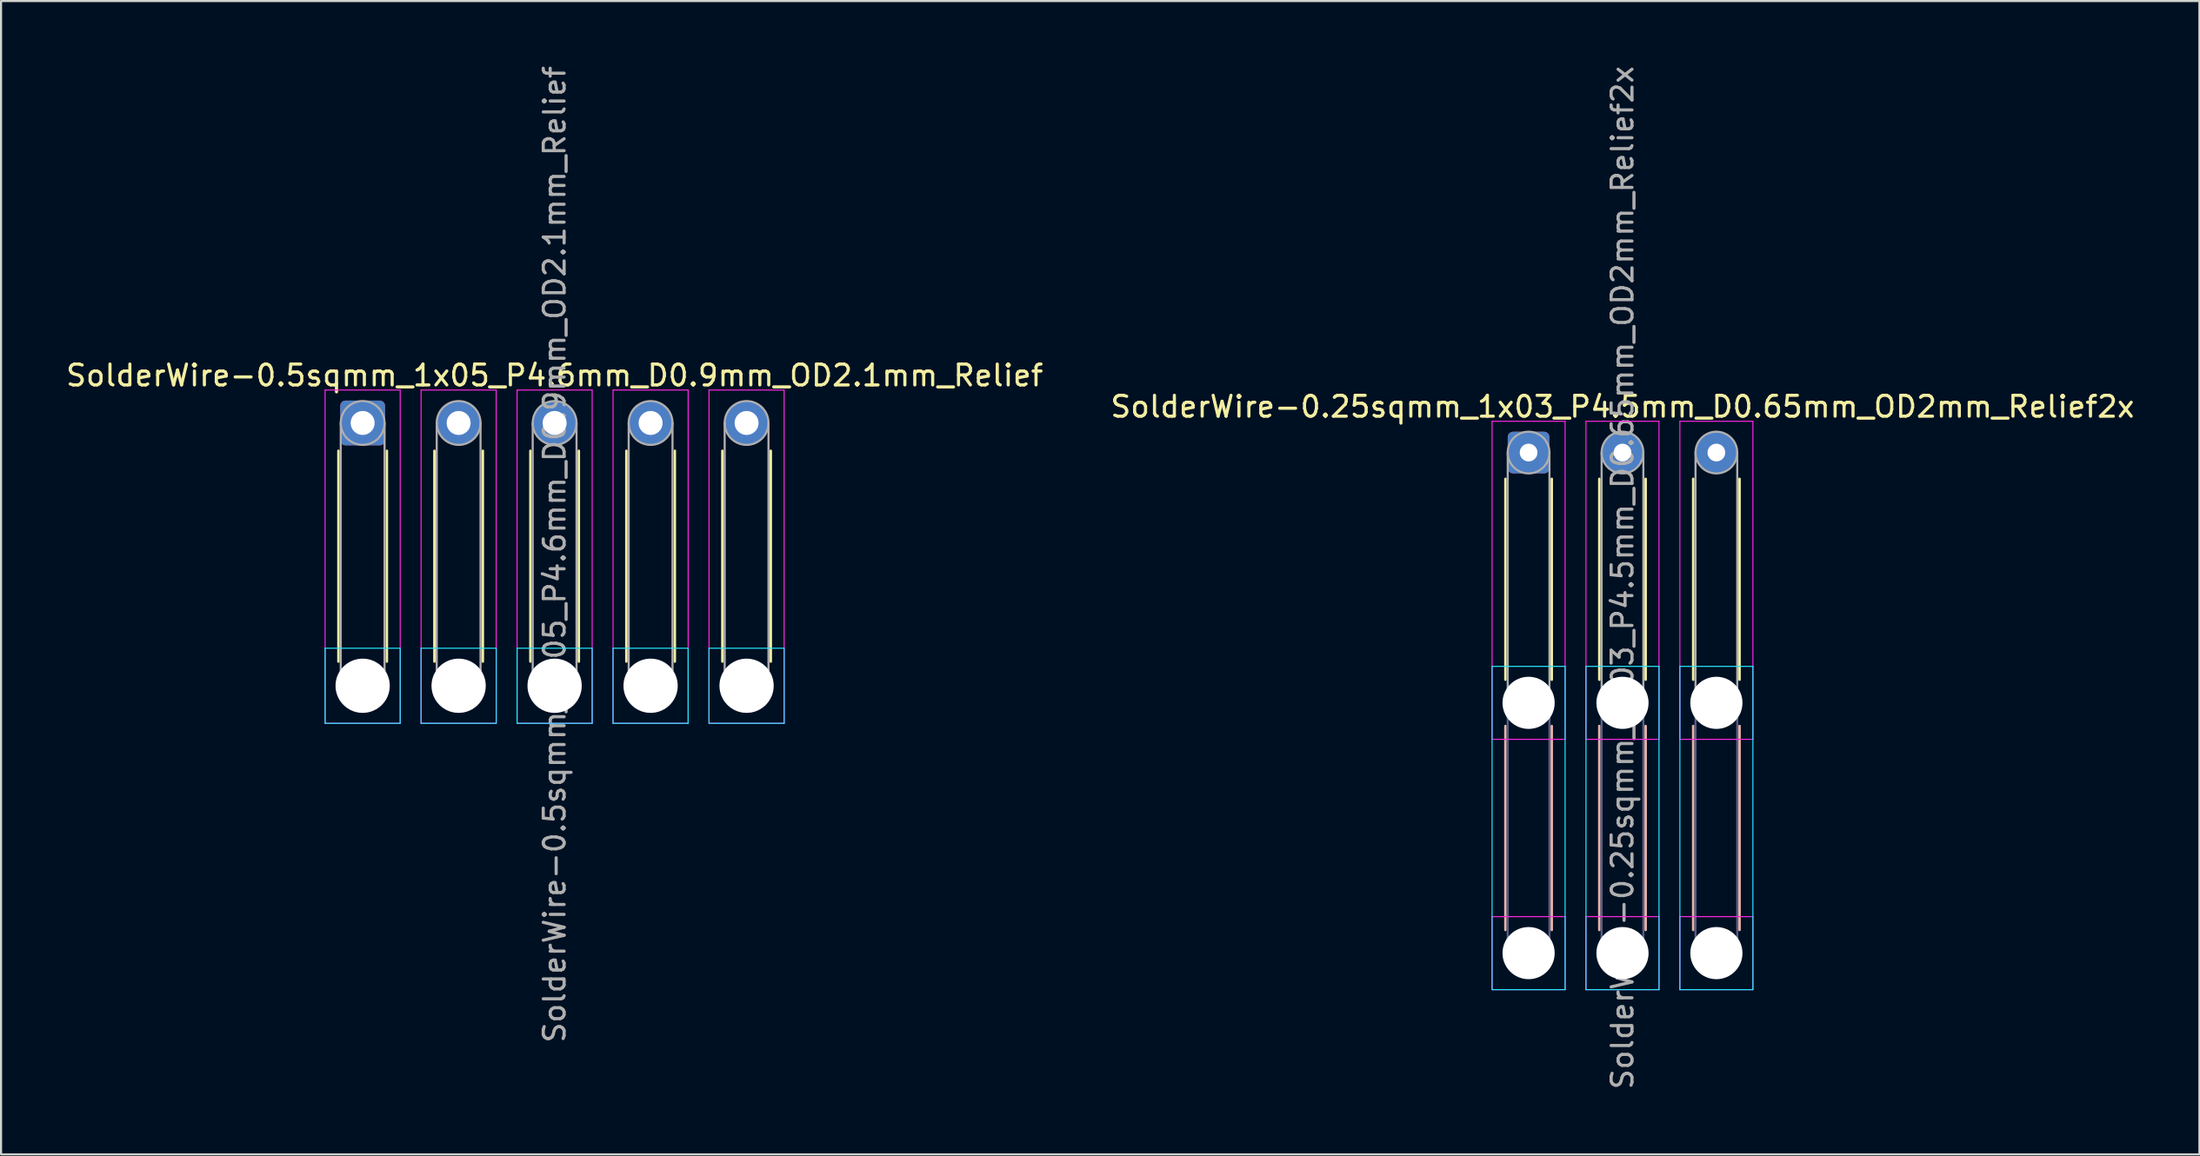
<source format=kicad_pcb>
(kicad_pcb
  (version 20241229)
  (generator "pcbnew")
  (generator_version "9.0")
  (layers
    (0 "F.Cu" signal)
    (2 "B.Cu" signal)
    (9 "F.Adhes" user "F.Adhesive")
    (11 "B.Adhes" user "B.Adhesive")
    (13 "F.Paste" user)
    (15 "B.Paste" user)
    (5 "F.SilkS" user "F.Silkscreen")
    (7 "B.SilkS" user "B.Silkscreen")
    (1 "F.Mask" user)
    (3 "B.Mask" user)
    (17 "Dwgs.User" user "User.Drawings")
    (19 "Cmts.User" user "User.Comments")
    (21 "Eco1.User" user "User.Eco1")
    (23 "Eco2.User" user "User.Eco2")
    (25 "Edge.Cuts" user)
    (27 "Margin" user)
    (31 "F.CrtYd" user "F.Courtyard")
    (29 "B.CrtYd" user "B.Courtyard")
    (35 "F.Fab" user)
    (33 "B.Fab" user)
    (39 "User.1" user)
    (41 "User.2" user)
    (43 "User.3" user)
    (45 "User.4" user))
  (footprint "SolderWire-0.25sqmm_1x03_P4.5mm_D0.65mm_OD2mm_Relief2x"
    (layer "F.Cu")
    (at 70.208 18.649)
    (property "Reference" "SolderWire-0.25sqmm_1x03_P4.5mm_D0.65mm_OD2mm_Relief2x" (at 4.5 -2.2 0) (layer "F.SilkS") (effects (font (size 1 1) (thickness 0.15))))
    (attr exclude_from_pos_files exclude_from_bom)
    (fp_line (start -1.11 1.26) (end -1.11 10.89) (stroke (width 0.12) (type solid)) (layer "F.SilkS"))
    (fp_line (start 1.11 1.26) (end 1.11 10.89) (stroke (width 0.12) (type solid)) (layer "F.SilkS"))
    (fp_line (start 3.39 1.26) (end 3.39 10.89) (stroke (width 0.12) (type solid)) (layer "F.SilkS"))
    (fp_line (start 5.61 1.26) (end 5.61 10.89) (stroke (width 0.12) (type solid)) (layer "F.SilkS"))
    (fp_line (start 7.89 1.26) (end 7.89 10.89) (stroke (width 0.12) (type solid)) (layer "F.SilkS"))
    (fp_line (start 10.11 1.26) (end 10.11 10.89) (stroke (width 0.12) (type solid)) (layer "F.SilkS"))
    (fp_line (start -1.11 13.11) (end -1.11 22.89) (stroke (width 0.12) (type solid)) (layer "B.SilkS"))
    (fp_line (start 1.11 13.11) (end 1.11 22.89) (stroke (width 0.12) (type solid)) (layer "B.SilkS"))
    (fp_line (start 3.39 13.11) (end 3.39 22.89) (stroke (width 0.12) (type solid)) (layer "B.SilkS"))
    (fp_line (start 5.61 13.11) (end 5.61 22.89) (stroke (width 0.12) (type solid)) (layer "B.SilkS"))
    (fp_line (start 7.89 13.11) (end 7.89 22.89) (stroke (width 0.12) (type solid)) (layer "B.SilkS"))
    (fp_line (start 10.11 13.11) (end 10.11 22.89) (stroke (width 0.12) (type solid)) (layer "B.SilkS"))
    (fp_line (start -1.75 10.25) (end -1.75 25.75) (stroke (width 0.05) (type solid)) (layer "B.CrtYd"))
    (fp_line (start -1.75 25.75) (end 1.75 25.75) (stroke (width 0.05) (type solid)) (layer "B.CrtYd"))
    (fp_line (start 1.75 10.25) (end -1.75 10.25) (stroke (width 0.05) (type solid)) (layer "B.CrtYd"))
    (fp_line (start 1.75 25.75) (end 1.75 10.25) (stroke (width 0.05) (type solid)) (layer "B.CrtYd"))
    (fp_line (start 2.75 10.25) (end 2.75 25.75) (stroke (width 0.05) (type solid)) (layer "B.CrtYd"))
    (fp_line (start 2.75 25.75) (end 6.25 25.75) (stroke (width 0.05) (type solid)) (layer "B.CrtYd"))
    (fp_line (start 6.25 10.25) (end 2.75 10.25) (stroke (width 0.05) (type solid)) (layer "B.CrtYd"))
    (fp_line (start 6.25 25.75) (end 6.25 10.25) (stroke (width 0.05) (type solid)) (layer "B.CrtYd"))
    (fp_line (start 7.25 10.25) (end 7.25 25.75) (stroke (width 0.05) (type solid)) (layer "B.CrtYd"))
    (fp_line (start 7.25 25.75) (end 10.75 25.75) (stroke (width 0.05) (type solid)) (layer "B.CrtYd"))
    (fp_line (start 10.75 10.25) (end 7.25 10.25) (stroke (width 0.05) (type solid)) (layer "B.CrtYd"))
    (fp_line (start 10.75 25.75) (end 10.75 10.25) (stroke (width 0.05) (type solid)) (layer "B.CrtYd"))
    (fp_line (start -1.75 -1.5) (end -1.75 13.75) (stroke (width 0.05) (type solid)) (layer "F.CrtYd"))
    (fp_line (start -1.75 13.75) (end 1.75 13.75) (stroke (width 0.05) (type solid)) (layer "F.CrtYd"))
    (fp_line (start -1.75 22.25) (end -1.75 25.75) (stroke (width 0.05) (type solid)) (layer "F.CrtYd"))
    (fp_line (start -1.75 25.75) (end 1.75 25.75) (stroke (width 0.05) (type solid)) (layer "F.CrtYd"))
    (fp_line (start 1.75 -1.5) (end -1.75 -1.5) (stroke (width 0.05) (type solid)) (layer "F.CrtYd"))
    (fp_line (start 1.75 13.75) (end 1.75 -1.5) (stroke (width 0.05) (type solid)) (layer "F.CrtYd"))
    (fp_line (start 1.75 22.25) (end -1.75 22.25) (stroke (width 0.05) (type solid)) (layer "F.CrtYd"))
    (fp_line (start 1.75 25.75) (end 1.75 22.25) (stroke (width 0.05) (type solid)) (layer "F.CrtYd"))
    (fp_line (start 2.75 -1.5) (end 2.75 13.75) (stroke (width 0.05) (type solid)) (layer "F.CrtYd"))
    (fp_line (start 2.75 13.75) (end 6.25 13.75) (stroke (width 0.05) (type solid)) (layer "F.CrtYd"))
    (fp_line (start 2.75 22.25) (end 2.75 25.75) (stroke (width 0.05) (type solid)) (layer "F.CrtYd"))
    (fp_line (start 2.75 25.75) (end 6.25 25.75) (stroke (width 0.05) (type solid)) (layer "F.CrtYd"))
    (fp_line (start 6.25 -1.5) (end 2.75 -1.5) (stroke (width 0.05) (type solid)) (layer "F.CrtYd"))
    (fp_line (start 6.25 13.75) (end 6.25 -1.5) (stroke (width 0.05) (type solid)) (layer "F.CrtYd"))
    (fp_line (start 6.25 22.25) (end 2.75 22.25) (stroke (width 0.05) (type solid)) (layer "F.CrtYd"))
    (fp_line (start 6.25 25.75) (end 6.25 22.25) (stroke (width 0.05) (type solid)) (layer "F.CrtYd"))
    (fp_line (start 7.25 -1.5) (end 7.25 13.75) (stroke (width 0.05) (type solid)) (layer "F.CrtYd"))
    (fp_line (start 7.25 13.75) (end 10.75 13.75) (stroke (width 0.05) (type solid)) (layer "F.CrtYd"))
    (fp_line (start 7.25 22.25) (end 7.25 25.75) (stroke (width 0.05) (type solid)) (layer "F.CrtYd"))
    (fp_line (start 7.25 25.75) (end 10.75 25.75) (stroke (width 0.05) (type solid)) (layer "F.CrtYd"))
    (fp_line (start 10.75 -1.5) (end 7.25 -1.5) (stroke (width 0.05) (type solid)) (layer "F.CrtYd"))
    (fp_line (start 10.75 13.75) (end 10.75 -1.5) (stroke (width 0.05) (type solid)) (layer "F.CrtYd"))
    (fp_line (start 10.75 22.25) (end 7.25 22.25) (stroke (width 0.05) (type solid)) (layer "F.CrtYd"))
    (fp_line (start 10.75 25.75) (end 10.75 22.25) (stroke (width 0.05) (type solid)) (layer "F.CrtYd"))
    (fp_line (start -1 12) (end -1 24) (stroke (width 0.1) (type solid)) (layer "B.Fab"))
    (fp_line (start 1 12) (end 1 24) (stroke (width 0.1) (type solid)) (layer "B.Fab"))
    (fp_line (start 3.5 12) (end 3.5 24) (stroke (width 0.1) (type solid)) (layer "B.Fab"))
    (fp_line (start 5.5 12) (end 5.5 24) (stroke (width 0.1) (type solid)) (layer "B.Fab"))
    (fp_line (start 8 12) (end 8 24) (stroke (width 0.1) (type solid)) (layer "B.Fab"))
    (fp_line (start 10 12) (end 10 24) (stroke (width 0.1) (type solid)) (layer "B.Fab"))
    (fp_circle (center 0 12) (end 1 12) (stroke (width 0.1) (type solid)) (fill no) (layer "B.Fab"))
    (fp_circle (center 0 24) (end 1 24) (stroke (width 0.1) (type solid)) (fill no) (layer "B.Fab"))
    (fp_circle (center 4.5 12) (end 5.5 12) (stroke (width 0.1) (type solid)) (fill no) (layer "B.Fab"))
    (fp_circle (center 4.5 24) (end 5.5 24) (stroke (width 0.1) (type solid)) (fill no) (layer "B.Fab"))
    (fp_circle (center 9 12) (end 10 12) (stroke (width 0.1) (type solid)) (fill no) (layer "B.Fab"))
    (fp_circle (center 9 24) (end 10 24) (stroke (width 0.1) (type solid)) (fill no) (layer "B.Fab"))
    (fp_line (start -1 0) (end -1 12) (stroke (width 0.1) (type solid)) (layer "F.Fab"))
    (fp_line (start 1 0) (end 1 12) (stroke (width 0.1) (type solid)) (layer "F.Fab"))
    (fp_line (start 3.5 0) (end 3.5 12) (stroke (width 0.1) (type solid)) (layer "F.Fab"))
    (fp_line (start 5.5 0) (end 5.5 12) (stroke (width 0.1) (type solid)) (layer "F.Fab"))
    (fp_line (start 8 0) (end 8 12) (stroke (width 0.1) (type solid)) (layer "F.Fab"))
    (fp_line (start 10 0) (end 10 12) (stroke (width 0.1) (type solid)) (layer "F.Fab"))
    (fp_circle (center 0 0) (end 1 0) (stroke (width 0.1) (type solid)) (fill no) (layer "F.Fab"))
    (fp_circle (center 0 12) (end 1 12) (stroke (width 0.1) (type solid)) (fill no) (layer "F.Fab"))
    (fp_circle (center 0 24) (end 1 24) (stroke (width 0.1) (type solid)) (fill no) (layer "F.Fab"))
    (fp_circle (center 4.5 0) (end 5.5 0) (stroke (width 0.1) (type solid)) (fill no) (layer "F.Fab"))
    (fp_circle (center 4.5 12) (end 5.5 12) (stroke (width 0.1) (type solid)) (fill no) (layer "F.Fab"))
    (fp_circle (center 4.5 24) (end 5.5 24) (stroke (width 0.1) (type solid)) (fill no) (layer "F.Fab"))
    (fp_circle (center 9 0) (end 10 0) (stroke (width 0.1) (type solid)) (fill no) (layer "F.Fab"))
    (fp_circle (center 9 12) (end 10 12) (stroke (width 0.1) (type solid)) (fill no) (layer "F.Fab"))
    (fp_circle (center 9 24) (end 10 24) (stroke (width 0.1) (type solid)) (fill no) (layer "F.Fab"))
    (fp_text user "${REFERENCE}" (at 4.5 6 90) (layer "F.Fab") (effects (font (size 1 1) (thickness 0.15))))
    (pad "" np_thru_hole circle (at 0 12) (size 2.5 2.5) (drill 2.5) (layers "*.Cu" "*.Mask"))
    (pad "" np_thru_hole circle (at 0 24) (size 2.5 2.5) (drill 2.5) (layers "*.Cu" "*.Mask"))
    (pad "" np_thru_hole circle (at 4.5 12) (size 2.5 2.5) (drill 2.5) (layers "*.Cu" "*.Mask"))
    (pad "" np_thru_hole circle (at 4.5 24) (size 2.5 2.5) (drill 2.5) (layers "*.Cu" "*.Mask"))
    (pad "" np_thru_hole circle (at 9 12) (size 2.5 2.5) (drill 2.5) (layers "*.Cu" "*.Mask"))
    (pad "" np_thru_hole circle (at 9 24) (size 2.5 2.5) (drill 2.5) (layers "*.Cu" "*.Mask"))
    (pad "1" thru_hole roundrect (at 0 0) (size 2 2) (drill 0.85) (layers "*.Cu" "*.Mask") (roundrect_rratio 0.125))
    (pad "2" thru_hole circle (at 4.5 0) (size 2 2) (drill 0.85) (layers "*.Cu" "*.Mask"))
    (pad "3" thru_hole circle (at 9 0) (size 2 2) (drill 0.85) (layers "*.Cu" "*.Mask")))
  (footprint "SolderWire-0.5sqmm_1x05_P4.6mm_D0.9mm_OD2.1mm_Relief"
    (layer "F.Cu")
    (at 14.33 17.23)
    (property "Reference" "SolderWire-0.5sqmm_1x05_P4.6mm_D0.9mm_OD2.1mm_Relief" (at 9.2 -2.28 0) (layer "F.SilkS") (effects (font (size 1 1) (thickness 0.15))))
    (attr exclude_from_pos_files exclude_from_bom)
    (fp_line (start -1.16 1.335) (end -1.16 11.44) (stroke (width 0.12) (type solid)) (layer "F.SilkS"))
    (fp_line (start 1.16 1.335) (end 1.16 11.44) (stroke (width 0.12) (type solid)) (layer "F.SilkS"))
    (fp_line (start 3.44 1.335) (end 3.44 11.44) (stroke (width 0.12) (type solid)) (layer "F.SilkS"))
    (fp_line (start 5.76 1.335) (end 5.76 11.44) (stroke (width 0.12) (type solid)) (layer "F.SilkS"))
    (fp_line (start 8.04 1.335) (end 8.04 11.44) (stroke (width 0.12) (type solid)) (layer "F.SilkS"))
    (fp_line (start 10.36 1.335) (end 10.36 11.44) (stroke (width 0.12) (type solid)) (layer "F.SilkS"))
    (fp_line (start 12.64 1.335) (end 12.64 11.44) (stroke (width 0.12) (type solid)) (layer "F.SilkS"))
    (fp_line (start 14.96 1.335) (end 14.96 11.44) (stroke (width 0.12) (type solid)) (layer "F.SilkS"))
    (fp_line (start 17.24 1.335) (end 17.24 11.44) (stroke (width 0.12) (type solid)) (layer "F.SilkS"))
    (fp_line (start 19.56 1.335) (end 19.56 11.44) (stroke (width 0.12) (type solid)) (layer "F.SilkS"))
    (fp_line (start -1.8 10.8) (end -1.8 14.4) (stroke (width 0.05) (type solid)) (layer "B.CrtYd"))
    (fp_line (start -1.8 14.4) (end 1.8 14.4) (stroke (width 0.05) (type solid)) (layer "B.CrtYd"))
    (fp_line (start 1.8 10.8) (end -1.8 10.8) (stroke (width 0.05) (type solid)) (layer "B.CrtYd"))
    (fp_line (start 1.8 14.4) (end 1.8 10.8) (stroke (width 0.05) (type solid)) (layer "B.CrtYd"))
    (fp_line (start 2.8 10.8) (end 2.8 14.4) (stroke (width 0.05) (type solid)) (layer "B.CrtYd"))
    (fp_line (start 2.8 14.4) (end 6.4 14.4) (stroke (width 0.05) (type solid)) (layer "B.CrtYd"))
    (fp_line (start 6.4 10.8) (end 2.8 10.8) (stroke (width 0.05) (type solid)) (layer "B.CrtYd"))
    (fp_line (start 6.4 14.4) (end 6.4 10.8) (stroke (width 0.05) (type solid)) (layer "B.CrtYd"))
    (fp_line (start 7.4 10.8) (end 7.4 14.4) (stroke (width 0.05) (type solid)) (layer "B.CrtYd"))
    (fp_line (start 7.4 14.4) (end 11 14.4) (stroke (width 0.05) (type solid)) (layer "B.CrtYd"))
    (fp_line (start 11 10.8) (end 7.4 10.8) (stroke (width 0.05) (type solid)) (layer "B.CrtYd"))
    (fp_line (start 11 14.4) (end 11 10.8) (stroke (width 0.05) (type solid)) (layer "B.CrtYd"))
    (fp_line (start 12 10.8) (end 12 14.4) (stroke (width 0.05) (type solid)) (layer "B.CrtYd"))
    (fp_line (start 12 14.4) (end 15.6 14.4) (stroke (width 0.05) (type solid)) (layer "B.CrtYd"))
    (fp_line (start 15.6 10.8) (end 12 10.8) (stroke (width 0.05) (type solid)) (layer "B.CrtYd"))
    (fp_line (start 15.6 14.4) (end 15.6 10.8) (stroke (width 0.05) (type solid)) (layer "B.CrtYd"))
    (fp_line (start 16.6 10.8) (end 16.6 14.4) (stroke (width 0.05) (type solid)) (layer "B.CrtYd"))
    (fp_line (start 16.6 14.4) (end 20.2 14.4) (stroke (width 0.05) (type solid)) (layer "B.CrtYd"))
    (fp_line (start 20.2 10.8) (end 16.6 10.8) (stroke (width 0.05) (type solid)) (layer "B.CrtYd"))
    (fp_line (start 20.2 14.4) (end 20.2 10.8) (stroke (width 0.05) (type solid)) (layer "B.CrtYd"))
    (fp_line (start -1.8 -1.58) (end -1.8 14.4) (stroke (width 0.05) (type solid)) (layer "F.CrtYd"))
    (fp_line (start -1.8 14.4) (end 1.8 14.4) (stroke (width 0.05) (type solid)) (layer "F.CrtYd"))
    (fp_line (start 1.8 -1.58) (end -1.8 -1.58) (stroke (width 0.05) (type solid)) (layer "F.CrtYd"))
    (fp_line (start 1.8 14.4) (end 1.8 -1.58) (stroke (width 0.05) (type solid)) (layer "F.CrtYd"))
    (fp_line (start 2.8 -1.58) (end 2.8 14.4) (stroke (width 0.05) (type solid)) (layer "F.CrtYd"))
    (fp_line (start 2.8 14.4) (end 6.4 14.4) (stroke (width 0.05) (type solid)) (layer "F.CrtYd"))
    (fp_line (start 6.4 -1.58) (end 2.8 -1.58) (stroke (width 0.05) (type solid)) (layer "F.CrtYd"))
    (fp_line (start 6.4 14.4) (end 6.4 -1.58) (stroke (width 0.05) (type solid)) (layer "F.CrtYd"))
    (fp_line (start 7.4 -1.58) (end 7.4 14.4) (stroke (width 0.05) (type solid)) (layer "F.CrtYd"))
    (fp_line (start 7.4 14.4) (end 11 14.4) (stroke (width 0.05) (type solid)) (layer "F.CrtYd"))
    (fp_line (start 11 -1.58) (end 7.4 -1.58) (stroke (width 0.05) (type solid)) (layer "F.CrtYd"))
    (fp_line (start 11 14.4) (end 11 -1.58) (stroke (width 0.05) (type solid)) (layer "F.CrtYd"))
    (fp_line (start 12 -1.58) (end 12 14.4) (stroke (width 0.05) (type solid)) (layer "F.CrtYd"))
    (fp_line (start 12 14.4) (end 15.6 14.4) (stroke (width 0.05) (type solid)) (layer "F.CrtYd"))
    (fp_line (start 15.6 -1.58) (end 12 -1.58) (stroke (width 0.05) (type solid)) (layer "F.CrtYd"))
    (fp_line (start 15.6 14.4) (end 15.6 -1.58) (stroke (width 0.05) (type solid)) (layer "F.CrtYd"))
    (fp_line (start 16.6 -1.58) (end 16.6 14.4) (stroke (width 0.05) (type solid)) (layer "F.CrtYd"))
    (fp_line (start 16.6 14.4) (end 20.2 14.4) (stroke (width 0.05) (type solid)) (layer "F.CrtYd"))
    (fp_line (start 20.2 -1.58) (end 16.6 -1.58) (stroke (width 0.05) (type solid)) (layer "F.CrtYd"))
    (fp_line (start 20.2 14.4) (end 20.2 -1.58) (stroke (width 0.05) (type solid)) (layer "F.CrtYd"))
    (fp_line (start -1.05 0) (end -1.05 12.6) (stroke (width 0.1) (type solid)) (layer "F.Fab"))
    (fp_line (start 1.05 0) (end 1.05 12.6) (stroke (width 0.1) (type solid)) (layer "F.Fab"))
    (fp_line (start 3.55 0) (end 3.55 12.6) (stroke (width 0.1) (type solid)) (layer "F.Fab"))
    (fp_line (start 5.65 0) (end 5.65 12.6) (stroke (width 0.1) (type solid)) (layer "F.Fab"))
    (fp_line (start 8.15 0) (end 8.15 12.6) (stroke (width 0.1) (type solid)) (layer "F.Fab"))
    (fp_line (start 10.25 0) (end 10.25 12.6) (stroke (width 0.1) (type solid)) (layer "F.Fab"))
    (fp_line (start 12.75 0) (end 12.75 12.6) (stroke (width 0.1) (type solid)) (layer "F.Fab"))
    (fp_line (start 14.85 0) (end 14.85 12.6) (stroke (width 0.1) (type solid)) (layer "F.Fab"))
    (fp_line (start 17.35 0) (end 17.35 12.6) (stroke (width 0.1) (type solid)) (layer "F.Fab"))
    (fp_line (start 19.45 0) (end 19.45 12.6) (stroke (width 0.1) (type solid)) (layer "F.Fab"))
    (fp_circle (center 0 0) (end 1.05 0) (stroke (width 0.1) (type solid)) (fill no) (layer "F.Fab"))
    (fp_circle (center 0 12.6) (end 1.05 12.6) (stroke (width 0.1) (type solid)) (fill no) (layer "F.Fab"))
    (fp_circle (center 4.6 0) (end 5.65 0) (stroke (width 0.1) (type solid)) (fill no) (layer "F.Fab"))
    (fp_circle (center 4.6 12.6) (end 5.65 12.6) (stroke (width 0.1) (type solid)) (fill no) (layer "F.Fab"))
    (fp_circle (center 9.2 0) (end 10.25 0) (stroke (width 0.1) (type solid)) (fill no) (layer "F.Fab"))
    (fp_circle (center 9.2 12.6) (end 10.25 12.6) (stroke (width 0.1) (type solid)) (fill no) (layer "F.Fab"))
    (fp_circle (center 13.8 0) (end 14.85 0) (stroke (width 0.1) (type solid)) (fill no) (layer "F.Fab"))
    (fp_circle (center 13.8 12.6) (end 14.85 12.6) (stroke (width 0.1) (type solid)) (fill no) (layer "F.Fab"))
    (fp_circle (center 18.4 0) (end 19.45 0) (stroke (width 0.1) (type solid)) (fill no) (layer "F.Fab"))
    (fp_circle (center 18.4 12.6) (end 19.45 12.6) (stroke (width 0.1) (type solid)) (fill no) (layer "F.Fab"))
    (fp_text user "${REFERENCE}" (at 9.2 6.3 90) (layer "F.Fab") (effects (font (size 1 1) (thickness 0.15))))
    (pad "" np_thru_hole circle (at 0 12.6) (size 2.6 2.6) (drill 2.6) (layers "*.Cu" "*.Mask"))
    (pad "" np_thru_hole circle (at 4.6 12.6) (size 2.6 2.6) (drill 2.6) (layers "*.Cu" "*.Mask"))
    (pad "" np_thru_hole circle (at 9.2 12.6) (size 2.6 2.6) (drill 2.6) (layers "*.Cu" "*.Mask"))
    (pad "" np_thru_hole circle (at 13.8 12.6) (size 2.6 2.6) (drill 2.6) (layers "*.Cu" "*.Mask"))
    (pad "" np_thru_hole circle (at 18.4 12.6) (size 2.6 2.6) (drill 2.6) (layers "*.Cu" "*.Mask"))
    (pad "1" thru_hole roundrect (at 0 0) (size 2.15 2.15) (drill 1.15) (layers "*.Cu" "*.Mask") (roundrect_rratio 0.116))
    (pad "2" thru_hole circle (at 4.6 0) (size 2.15 2.15) (drill 1.15) (layers "*.Cu" "*.Mask"))
    (pad "3" thru_hole circle (at 9.2 0) (size 2.15 2.15) (drill 1.15) (layers "*.Cu" "*.Mask"))
    (pad "4" thru_hole circle (at 13.8 0) (size 2.15 2.15) (drill 1.15) (layers "*.Cu" "*.Mask"))
    (pad "5" thru_hole circle (at 18.4 0) (size 2.15 2.15) (drill 1.15) (layers "*.Cu" "*.Mask")))
  (gr_rect
    (start -3 -3)
    (end 102.357 52.298)
    (stroke (width 0.1) (type default))
    (fill no)
    (layer "Edge.Cuts")))
</source>
